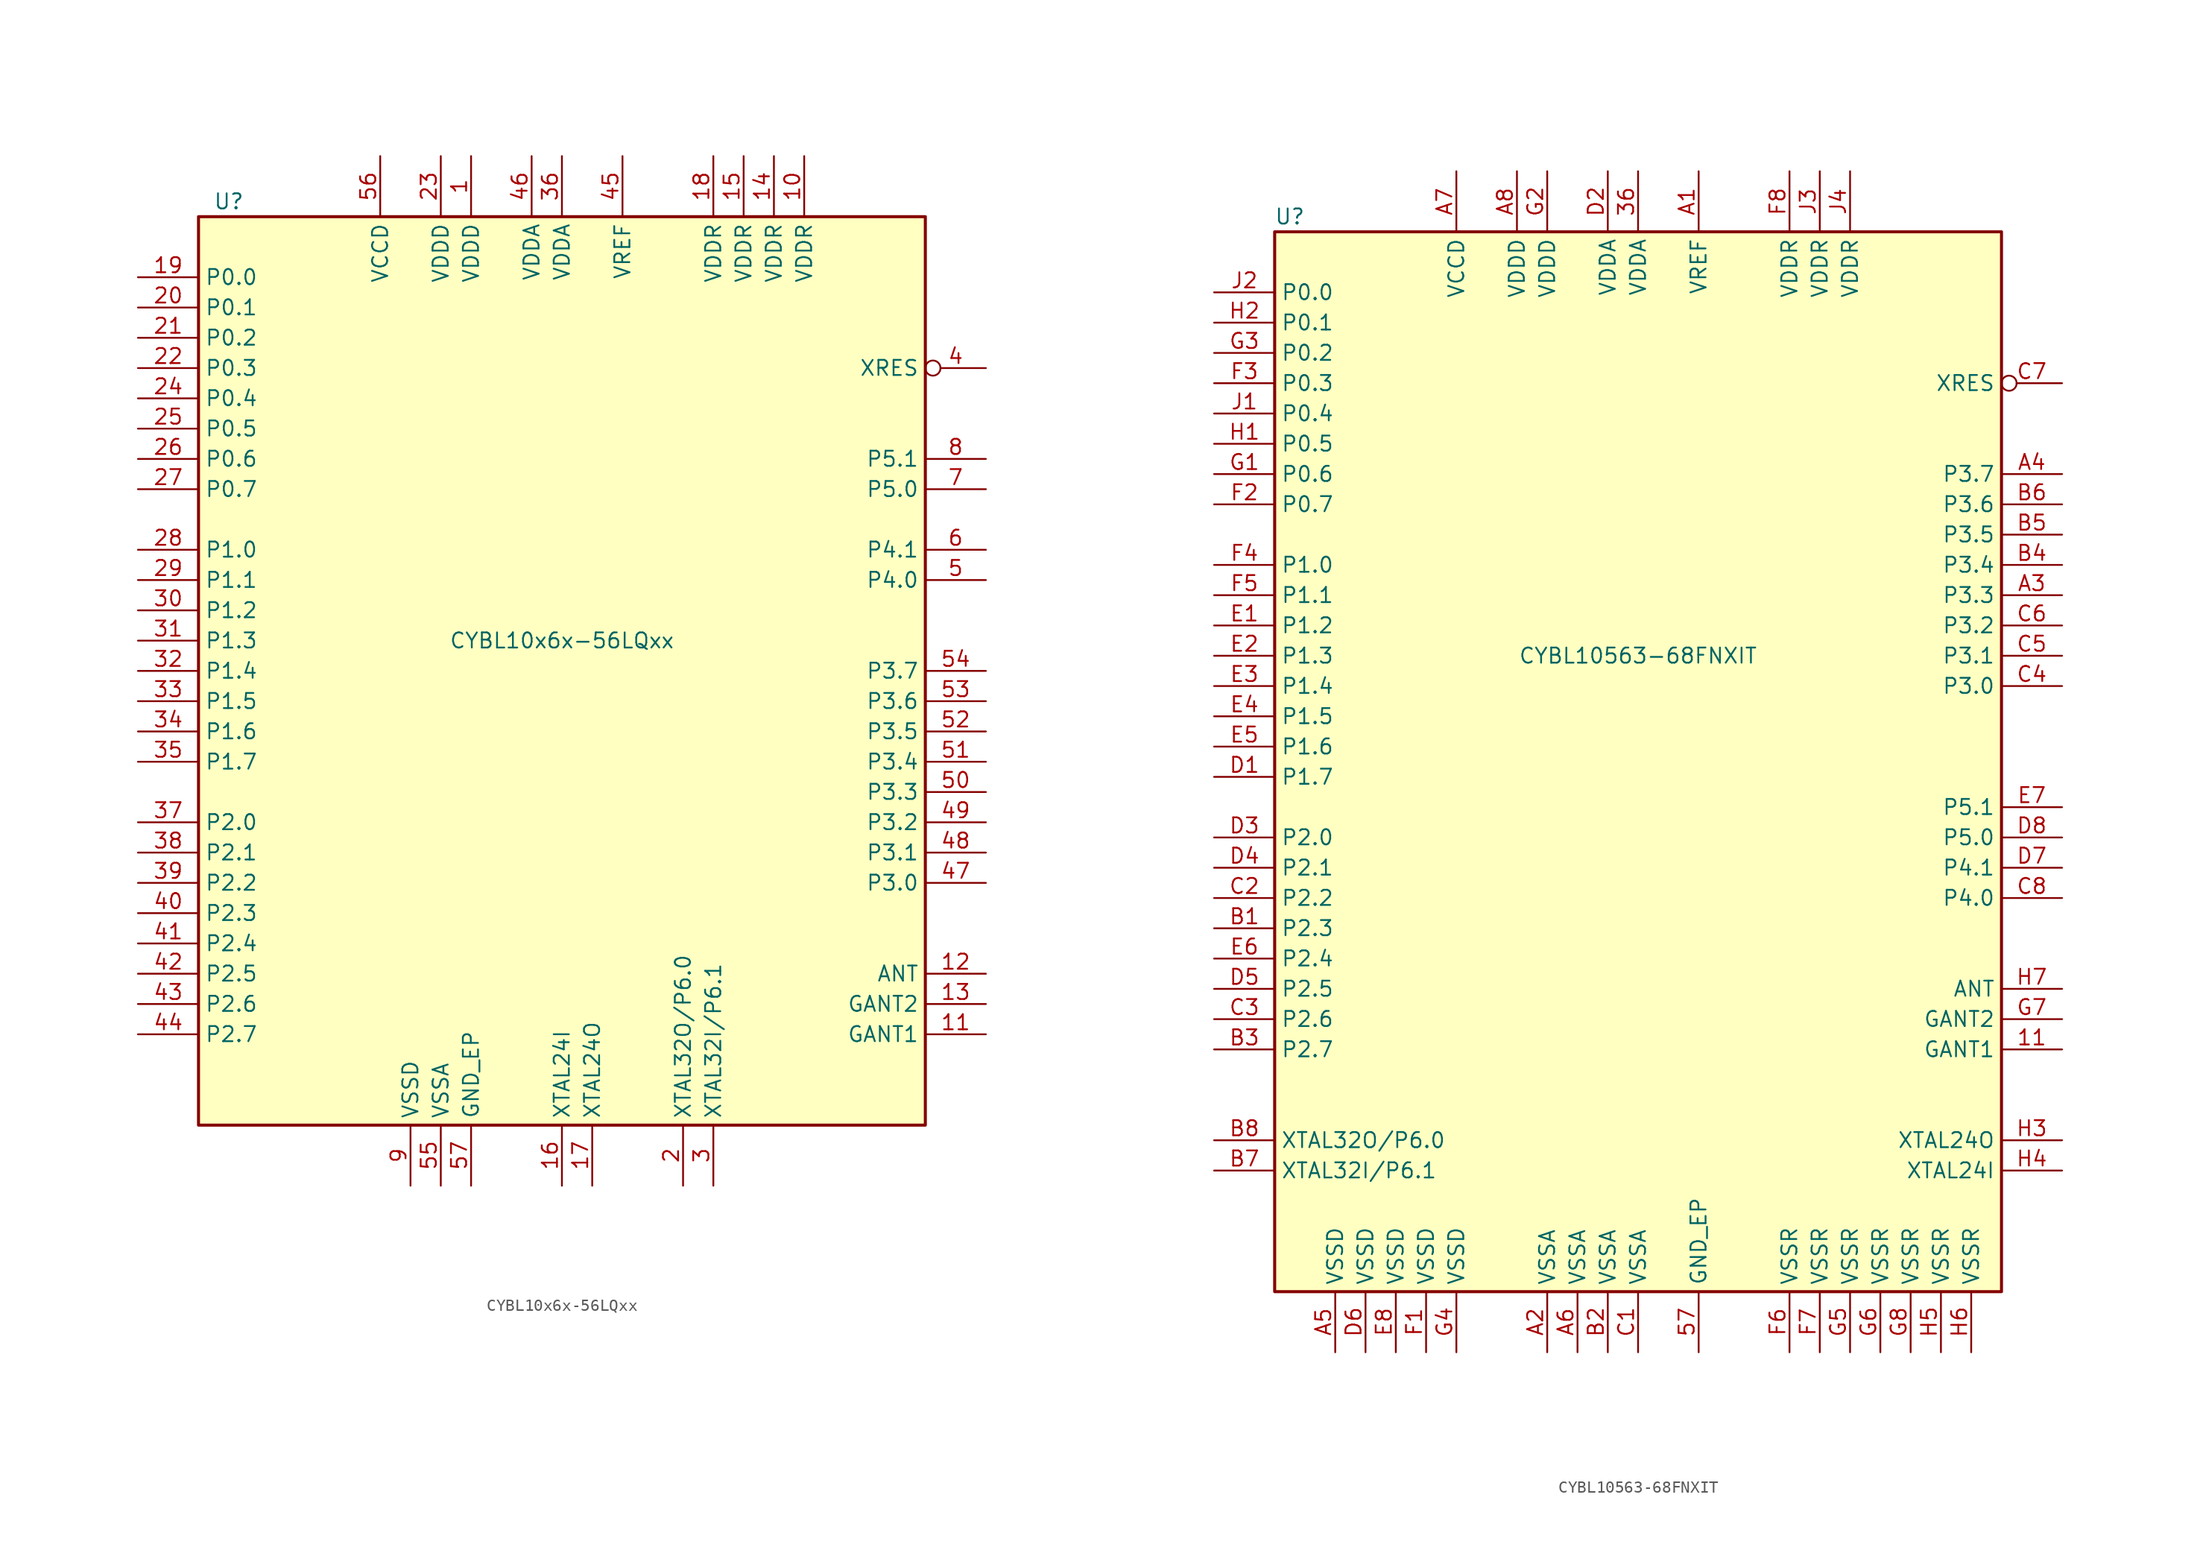
<source format=kicad_sym>
(kicad_symbol_lib
  (version 20201005)
  (generator kicad_symbol_editor)
  (symbol "MCU_Cypress:CYBL10x6x-56LQxx"
    (property "Reference" "U"
      (at -27.94 39.37 0)
      (effects (font (size 1.27 1.27))))
    (property "Value" "CYBL10x6x-56LQxx"
      (at 0 2.54 0)
      (effects (font (size 1.27 1.27))))
    (symbol "CYBL10x6x-56LQxx_1_0"
      (rectangle (start -30.48 -38.1) (end 30.48 38.1) (stroke (width 0.254)) (fill (type background))))
    (symbol "CYBL10x6x-56LQxx_1_1"
      (pin power_in line (at -7.62 43.18 270) (length 5.08) (name "VDDD" (effects (font (size 1.27 1.27)))) (number "1" (effects (font (size 1.27 1.27)))))
      (pin power_in line (at 20.32 43.18 270) (length 5.08) (name "VDDR" (effects (font (size 1.27 1.27)))) (number "10" (effects (font (size 1.27 1.27)))))
      (pin power_in line (at 35.56 -30.48 180) (length 5.08) (name "GANT1" (effects (font (size 1.27 1.27)))) (number "11" (effects (font (size 1.27 1.27)))))
      (pin output line (at 35.56 -25.4 180) (length 5.08) (name "ANT" (effects (font (size 1.27 1.27)))) (number "12" (effects (font (size 1.27 1.27)))))
      (pin power_in line (at 35.56 -27.94 180) (length 5.08) (name "GANT2" (effects (font (size 1.27 1.27)))) (number "13" (effects (font (size 1.27 1.27)))))
      (pin power_in line (at 17.78 43.18 270) (length 5.08) (name "VDDR" (effects (font (size 1.27 1.27)))) (number "14" (effects (font (size 1.27 1.27)))))
      (pin power_in line (at 15.24 43.18 270) (length 5.08) (name "VDDR" (effects (font (size 1.27 1.27)))) (number "15" (effects (font (size 1.27 1.27)))))
      (pin input line (at 0 -43.18 90) (length 5.08) (name "XTAL24I" (effects (font (size 1.27 1.27)))) (number "16" (effects (font (size 1.27 1.27)))))
      (pin output line (at 2.54 -43.18 90) (length 5.08) (name "XTAL24O" (effects (font (size 1.27 1.27)))) (number "17" (effects (font (size 1.27 1.27)))))
      (pin power_in line (at 12.7 43.18 270) (length 5.08) (name "VDDR" (effects (font (size 1.27 1.27)))) (number "18" (effects (font (size 1.27 1.27)))))
      (pin bidirectional line (at -35.56 33.02 0) (length 5.08) (name "P0.0" (effects (font (size 1.27 1.27)))) (number "19" (effects (font (size 1.27 1.27)))))
      (pin bidirectional line (at 10.16 -43.18 90) (length 5.08) (name "XTAL32O/P6.0" (effects (font (size 1.27 1.27)))) (number "2" (effects (font (size 1.27 1.27)))))
      (pin bidirectional line (at -35.56 30.48 0) (length 5.08) (name "P0.1" (effects (font (size 1.27 1.27)))) (number "20" (effects (font (size 1.27 1.27)))))
      (pin bidirectional line (at -35.56 27.94 0) (length 5.08) (name "P0.2" (effects (font (size 1.27 1.27)))) (number "21" (effects (font (size 1.27 1.27)))))
      (pin bidirectional line (at -35.56 25.4 0) (length 5.08) (name "P0.3" (effects (font (size 1.27 1.27)))) (number "22" (effects (font (size 1.27 1.27)))))
      (pin power_in line (at -10.16 43.18 270) (length 5.08) (name "VDDD" (effects (font (size 1.27 1.27)))) (number "23" (effects (font (size 1.27 1.27)))))
      (pin bidirectional line (at -35.56 22.86 0) (length 5.08) (name "P0.4" (effects (font (size 1.27 1.27)))) (number "24" (effects (font (size 1.27 1.27)))))
      (pin bidirectional line (at -35.56 20.32 0) (length 5.08) (name "P0.5" (effects (font (size 1.27 1.27)))) (number "25" (effects (font (size 1.27 1.27)))))
      (pin bidirectional line (at -35.56 17.78 0) (length 5.08) (name "P0.6" (effects (font (size 1.27 1.27)))) (number "26" (effects (font (size 1.27 1.27)))))
      (pin bidirectional line (at -35.56 15.24 0) (length 5.08) (name "P0.7" (effects (font (size 1.27 1.27)))) (number "27" (effects (font (size 1.27 1.27)))))
      (pin bidirectional line (at -35.56 10.16 0) (length 5.08) (name "P1.0" (effects (font (size 1.27 1.27)))) (number "28" (effects (font (size 1.27 1.27)))))
      (pin bidirectional line (at -35.56 7.62 0) (length 5.08) (name "P1.1" (effects (font (size 1.27 1.27)))) (number "29" (effects (font (size 1.27 1.27)))))
      (pin bidirectional line (at 12.7 -43.18 90) (length 5.08) (name "XTAL32I/P6.1" (effects (font (size 1.27 1.27)))) (number "3" (effects (font (size 1.27 1.27)))))
      (pin bidirectional line (at -35.56 5.08 0) (length 5.08) (name "P1.2" (effects (font (size 1.27 1.27)))) (number "30" (effects (font (size 1.27 1.27)))))
      (pin bidirectional line (at -35.56 2.54 0) (length 5.08) (name "P1.3" (effects (font (size 1.27 1.27)))) (number "31" (effects (font (size 1.27 1.27)))))
      (pin bidirectional line (at -35.56 0 0) (length 5.08) (name "P1.4" (effects (font (size 1.27 1.27)))) (number "32" (effects (font (size 1.27 1.27)))))
      (pin bidirectional line (at -35.56 -2.54 0) (length 5.08) (name "P1.5" (effects (font (size 1.27 1.27)))) (number "33" (effects (font (size 1.27 1.27)))))
      (pin bidirectional line (at -35.56 -5.08 0) (length 5.08) (name "P1.6" (effects (font (size 1.27 1.27)))) (number "34" (effects (font (size 1.27 1.27)))))
      (pin bidirectional line (at -35.56 -7.62 0) (length 5.08) (name "P1.7" (effects (font (size 1.27 1.27)))) (number "35" (effects (font (size 1.27 1.27)))))
      (pin power_in line (at 0 43.18 270) (length 5.08) (name "VDDA" (effects (font (size 1.27 1.27)))) (number "36" (effects (font (size 1.27 1.27)))))
      (pin bidirectional line (at -35.56 -12.7 0) (length 5.08) (name "P2.0" (effects (font (size 1.27 1.27)))) (number "37" (effects (font (size 1.27 1.27)))))
      (pin bidirectional line (at -35.56 -15.24 0) (length 5.08) (name "P2.1" (effects (font (size 1.27 1.27)))) (number "38" (effects (font (size 1.27 1.27)))))
      (pin bidirectional line (at -35.56 -17.78 0) (length 5.08) (name "P2.2" (effects (font (size 1.27 1.27)))) (number "39" (effects (font (size 1.27 1.27)))))
      (pin input inverted (at 35.56 25.4 180) (length 5.08) (name "XRES" (effects (font (size 1.27 1.27)))) (number "4" (effects (font (size 1.27 1.27)))))
      (pin bidirectional line (at -35.56 -20.32 0) (length 5.08) (name "P2.3" (effects (font (size 1.27 1.27)))) (number "40" (effects (font (size 1.27 1.27)))))
      (pin bidirectional line (at -35.56 -22.86 0) (length 5.08) (name "P2.4" (effects (font (size 1.27 1.27)))) (number "41" (effects (font (size 1.27 1.27)))))
      (pin bidirectional line (at -35.56 -25.4 0) (length 5.08) (name "P2.5" (effects (font (size 1.27 1.27)))) (number "42" (effects (font (size 1.27 1.27)))))
      (pin bidirectional line (at -35.56 -27.94 0) (length 5.08) (name "P2.6" (effects (font (size 1.27 1.27)))) (number "43" (effects (font (size 1.27 1.27)))))
      (pin bidirectional line (at -35.56 -30.48 0) (length 5.08) (name "P2.7" (effects (font (size 1.27 1.27)))) (number "44" (effects (font (size 1.27 1.27)))))
      (pin passive line (at 5.08 43.18 270) (length 5.08) (name "VREF" (effects (font (size 1.27 1.27)))) (number "45" (effects (font (size 1.27 1.27)))))
      (pin power_in line (at -2.54 43.18 270) (length 5.08) (name "VDDA" (effects (font (size 1.27 1.27)))) (number "46" (effects (font (size 1.27 1.27)))))
      (pin bidirectional line (at 35.56 -17.78 180) (length 5.08) (name "P3.0" (effects (font (size 1.27 1.27)))) (number "47" (effects (font (size 1.27 1.27)))))
      (pin bidirectional line (at 35.56 -15.24 180) (length 5.08) (name "P3.1" (effects (font (size 1.27 1.27)))) (number "48" (effects (font (size 1.27 1.27)))))
      (pin bidirectional line (at 35.56 -12.7 180) (length 5.08) (name "P3.2" (effects (font (size 1.27 1.27)))) (number "49" (effects (font (size 1.27 1.27)))))
      (pin bidirectional line (at 35.56 7.62 180) (length 5.08) (name "P4.0" (effects (font (size 1.27 1.27)))) (number "5" (effects (font (size 1.27 1.27)))))
      (pin bidirectional line (at 35.56 -10.16 180) (length 5.08) (name "P3.3" (effects (font (size 1.27 1.27)))) (number "50" (effects (font (size 1.27 1.27)))))
      (pin bidirectional line (at 35.56 -7.62 180) (length 5.08) (name "P3.4" (effects (font (size 1.27 1.27)))) (number "51" (effects (font (size 1.27 1.27)))))
      (pin bidirectional line (at 35.56 -5.08 180) (length 5.08) (name "P3.5" (effects (font (size 1.27 1.27)))) (number "52" (effects (font (size 1.27 1.27)))))
      (pin bidirectional line (at 35.56 -2.54 180) (length 5.08) (name "P3.6" (effects (font (size 1.27 1.27)))) (number "53" (effects (font (size 1.27 1.27)))))
      (pin bidirectional line (at 35.56 0 180) (length 5.08) (name "P3.7" (effects (font (size 1.27 1.27)))) (number "54" (effects (font (size 1.27 1.27)))))
      (pin power_in line (at -10.16 -43.18 90) (length 5.08) (name "VSSA" (effects (font (size 1.27 1.27)))) (number "55" (effects (font (size 1.27 1.27)))))
      (pin power_out line (at -15.24 43.18 270) (length 5.08) (name "VCCD" (effects (font (size 1.27 1.27)))) (number "56" (effects (font (size 1.27 1.27)))))
      (pin power_in line (at -7.62 -43.18 90) (length 5.08) (name "GND_EP" (effects (font (size 1.27 1.27)))) (number "57" (effects (font (size 1.27 1.27)))))
      (pin bidirectional line (at 35.56 10.16 180) (length 5.08) (name "P4.1" (effects (font (size 1.27 1.27)))) (number "6" (effects (font (size 1.27 1.27)))))
      (pin bidirectional line (at 35.56 15.24 180) (length 5.08) (name "P5.0" (effects (font (size 1.27 1.27)))) (number "7" (effects (font (size 1.27 1.27)))))
      (pin bidirectional line (at 35.56 17.78 180) (length 5.08) (name "P5.1" (effects (font (size 1.27 1.27)))) (number "8" (effects (font (size 1.27 1.27)))))
      (pin power_in line (at -12.7 -43.18 90) (length 5.08) (name "VSSD" (effects (font (size 1.27 1.27)))) (number "9" (effects (font (size 1.27 1.27)))))))
  (symbol "MCU_Cypress:CYBL10563-68FNXIT"
    (property "Reference" "U"
      (at -29.21 39.37 0)
      (effects (font (size 1.27 1.27))))
    (property "Value" "CYBL10563-68FNXIT"
      (at 0 2.54 0)
      (effects (font (size 1.27 1.27))))
    (symbol "CYBL10563-68FNXIT_1_0"
      (rectangle (start -30.48 -50.8) (end 30.48 38.1) (stroke (width 0.254)) (fill (type background))))
    (symbol "CYBL10563-68FNXIT_1_1"
      (pin power_in line (at 35.56 -30.48 180) (length 5.08) (name "GANT1" (effects (font (size 1.27 1.27)))) (number "11" (effects (font (size 1.27 1.27)))))
      (pin power_in line (at 0 43.18 270) (length 5.08) (name "VDDA" (effects (font (size 1.27 1.27)))) (number "36" (effects (font (size 1.27 1.27)))))
      (pin power_in line (at 5.08 -55.88 90) (length 5.08) (name "GND_EP" (effects (font (size 1.27 1.27)))) (number "57" (effects (font (size 1.27 1.27)))))
      (pin passive line (at 5.08 43.18 270) (length 5.08) (name "VREF" (effects (font (size 1.27 1.27)))) (number "A1" (effects (font (size 1.27 1.27)))))
      (pin power_in line (at -7.62 -55.88 90) (length 5.08) (name "VSSA" (effects (font (size 1.27 1.27)))) (number "A2" (effects (font (size 1.27 1.27)))))
      (pin bidirectional line (at 35.56 7.62 180) (length 5.08) (name "P3.3" (effects (font (size 1.27 1.27)))) (number "A3" (effects (font (size 1.27 1.27)))))
      (pin bidirectional line (at 35.56 17.78 180) (length 5.08) (name "P3.7" (effects (font (size 1.27 1.27)))) (number "A4" (effects (font (size 1.27 1.27)))))
      (pin power_in line (at -25.4 -55.88 90) (length 5.08) (name "VSSD" (effects (font (size 1.27 1.27)))) (number "A5" (effects (font (size 1.27 1.27)))))
      (pin power_in line (at -5.08 -55.88 90) (length 5.08) (name "VSSA" (effects (font (size 1.27 1.27)))) (number "A6" (effects (font (size 1.27 1.27)))))
      (pin power_out line (at -15.24 43.18 270) (length 5.08) (name "VCCD" (effects (font (size 1.27 1.27)))) (number "A7" (effects (font (size 1.27 1.27)))))
      (pin power_in line (at -10.16 43.18 270) (length 5.08) (name "VDDD" (effects (font (size 1.27 1.27)))) (number "A8" (effects (font (size 1.27 1.27)))))
      (pin bidirectional line (at -35.56 -20.32 0) (length 5.08) (name "P2.3" (effects (font (size 1.27 1.27)))) (number "B1" (effects (font (size 1.27 1.27)))))
      (pin bidirectional line (at -2.54 -55.88 90) (length 5.08) (name "VSSA" (effects (font (size 1.27 1.27)))) (number "B2" (effects (font (size 1.27 1.27)))))
      (pin bidirectional line (at -35.56 -30.48 0) (length 5.08) (name "P2.7" (effects (font (size 1.27 1.27)))) (number "B3" (effects (font (size 1.27 1.27)))))
      (pin bidirectional line (at 35.56 10.16 180) (length 5.08) (name "P3.4" (effects (font (size 1.27 1.27)))) (number "B4" (effects (font (size 1.27 1.27)))))
      (pin bidirectional line (at 35.56 12.7 180) (length 5.08) (name "P3.5" (effects (font (size 1.27 1.27)))) (number "B5" (effects (font (size 1.27 1.27)))))
      (pin bidirectional line (at 35.56 15.24 180) (length 5.08) (name "P3.6" (effects (font (size 1.27 1.27)))) (number "B6" (effects (font (size 1.27 1.27)))))
      (pin bidirectional line (at -35.56 -40.64 0) (length 5.08) (name "XTAL32I/P6.1" (effects (font (size 1.27 1.27)))) (number "B7" (effects (font (size 1.27 1.27)))))
      (pin bidirectional line (at -35.56 -38.1 0) (length 5.08) (name "XTAL32O/P6.0" (effects (font (size 1.27 1.27)))) (number "B8" (effects (font (size 1.27 1.27)))))
      (pin power_in line (at 0 -55.88 90) (length 5.08) (name "VSSA" (effects (font (size 1.27 1.27)))) (number "C1" (effects (font (size 1.27 1.27)))))
      (pin bidirectional line (at -35.56 -17.78 0) (length 5.08) (name "P2.2" (effects (font (size 1.27 1.27)))) (number "C2" (effects (font (size 1.27 1.27)))))
      (pin bidirectional line (at -35.56 -27.94 0) (length 5.08) (name "P2.6" (effects (font (size 1.27 1.27)))) (number "C3" (effects (font (size 1.27 1.27)))))
      (pin bidirectional line (at 35.56 0 180) (length 5.08) (name "P3.0" (effects (font (size 1.27 1.27)))) (number "C4" (effects (font (size 1.27 1.27)))))
      (pin bidirectional line (at 35.56 2.54 180) (length 5.08) (name "P3.1" (effects (font (size 1.27 1.27)))) (number "C5" (effects (font (size 1.27 1.27)))))
      (pin bidirectional line (at 35.56 5.08 180) (length 5.08) (name "P3.2" (effects (font (size 1.27 1.27)))) (number "C6" (effects (font (size 1.27 1.27)))))
      (pin input inverted (at 35.56 25.4 180) (length 5.08) (name "XRES" (effects (font (size 1.27 1.27)))) (number "C7" (effects (font (size 1.27 1.27)))))
      (pin bidirectional line (at 35.56 -17.78 180) (length 5.08) (name "P4.0" (effects (font (size 1.27 1.27)))) (number "C8" (effects (font (size 1.27 1.27)))))
      (pin bidirectional line (at -35.56 -7.62 0) (length 5.08) (name "P1.7" (effects (font (size 1.27 1.27)))) (number "D1" (effects (font (size 1.27 1.27)))))
      (pin power_in line (at -2.54 43.18 270) (length 5.08) (name "VDDA" (effects (font (size 1.27 1.27)))) (number "D2" (effects (font (size 1.27 1.27)))))
      (pin bidirectional line (at -35.56 -12.7 0) (length 5.08) (name "P2.0" (effects (font (size 1.27 1.27)))) (number "D3" (effects (font (size 1.27 1.27)))))
      (pin bidirectional line (at -35.56 -15.24 0) (length 5.08) (name "P2.1" (effects (font (size 1.27 1.27)))) (number "D4" (effects (font (size 1.27 1.27)))))
      (pin bidirectional line (at -35.56 -25.4 0) (length 5.08) (name "P2.5" (effects (font (size 1.27 1.27)))) (number "D5" (effects (font (size 1.27 1.27)))))
      (pin power_in line (at -22.86 -55.88 90) (length 5.08) (name "VSSD" (effects (font (size 1.27 1.27)))) (number "D6" (effects (font (size 1.27 1.27)))))
      (pin bidirectional line (at 35.56 -15.24 180) (length 5.08) (name "P4.1" (effects (font (size 1.27 1.27)))) (number "D7" (effects (font (size 1.27 1.27)))))
      (pin bidirectional line (at 35.56 -12.7 180) (length 5.08) (name "P5.0" (effects (font (size 1.27 1.27)))) (number "D8" (effects (font (size 1.27 1.27)))))
      (pin bidirectional line (at -35.56 5.08 0) (length 5.08) (name "P1.2" (effects (font (size 1.27 1.27)))) (number "E1" (effects (font (size 1.27 1.27)))))
      (pin bidirectional line (at -35.56 2.54 0) (length 5.08) (name "P1.3" (effects (font (size 1.27 1.27)))) (number "E2" (effects (font (size 1.27 1.27)))))
      (pin bidirectional line (at -35.56 0 0) (length 5.08) (name "P1.4" (effects (font (size 1.27 1.27)))) (number "E3" (effects (font (size 1.27 1.27)))))
      (pin bidirectional line (at -35.56 -2.54 0) (length 5.08) (name "P1.5" (effects (font (size 1.27 1.27)))) (number "E4" (effects (font (size 1.27 1.27)))))
      (pin bidirectional line (at -35.56 -5.08 0) (length 5.08) (name "P1.6" (effects (font (size 1.27 1.27)))) (number "E5" (effects (font (size 1.27 1.27)))))
      (pin bidirectional line (at -35.56 -22.86 0) (length 5.08) (name "P2.4" (effects (font (size 1.27 1.27)))) (number "E6" (effects (font (size 1.27 1.27)))))
      (pin bidirectional line (at 35.56 -10.16 180) (length 5.08) (name "P5.1" (effects (font (size 1.27 1.27)))) (number "E7" (effects (font (size 1.27 1.27)))))
      (pin power_in line (at -20.32 -55.88 90) (length 5.08) (name "VSSD" (effects (font (size 1.27 1.27)))) (number "E8" (effects (font (size 1.27 1.27)))))
      (pin power_in line (at -17.78 -55.88 90) (length 5.08) (name "VSSD" (effects (font (size 1.27 1.27)))) (number "F1" (effects (font (size 1.27 1.27)))))
      (pin bidirectional line (at -35.56 15.24 0) (length 5.08) (name "P0.7" (effects (font (size 1.27 1.27)))) (number "F2" (effects (font (size 1.27 1.27)))))
      (pin bidirectional line (at -35.56 25.4 0) (length 5.08) (name "P0.3" (effects (font (size 1.27 1.27)))) (number "F3" (effects (font (size 1.27 1.27)))))
      (pin bidirectional line (at -35.56 10.16 0) (length 5.08) (name "P1.0" (effects (font (size 1.27 1.27)))) (number "F4" (effects (font (size 1.27 1.27)))))
      (pin bidirectional line (at -35.56 7.62 0) (length 5.08) (name "P1.1" (effects (font (size 1.27 1.27)))) (number "F5" (effects (font (size 1.27 1.27)))))
      (pin power_in line (at 12.7 -55.88 90) (length 5.08) (name "VSSR" (effects (font (size 1.27 1.27)))) (number "F6" (effects (font (size 1.27 1.27)))))
      (pin power_in line (at 15.24 -55.88 90) (length 5.08) (name "VSSR" (effects (font (size 1.27 1.27)))) (number "F7" (effects (font (size 1.27 1.27)))))
      (pin power_in line (at 12.7 43.18 270) (length 5.08) (name "VDDR" (effects (font (size 1.27 1.27)))) (number "F8" (effects (font (size 1.27 1.27)))))
      (pin bidirectional line (at -35.56 17.78 0) (length 5.08) (name "P0.6" (effects (font (size 1.27 1.27)))) (number "G1" (effects (font (size 1.27 1.27)))))
      (pin power_in line (at -7.62 43.18 270) (length 5.08) (name "VDDD" (effects (font (size 1.27 1.27)))) (number "G2" (effects (font (size 1.27 1.27)))))
      (pin bidirectional line (at -35.56 27.94 0) (length 5.08) (name "P0.2" (effects (font (size 1.27 1.27)))) (number "G3" (effects (font (size 1.27 1.27)))))
      (pin power_in line (at -15.24 -55.88 90) (length 5.08) (name "VSSD" (effects (font (size 1.27 1.27)))) (number "G4" (effects (font (size 1.27 1.27)))))
      (pin power_in line (at 17.78 -55.88 90) (length 5.08) (name "VSSR" (effects (font (size 1.27 1.27)))) (number "G5" (effects (font (size 1.27 1.27)))))
      (pin power_in line (at 20.32 -55.88 90) (length 5.08) (name "VSSR" (effects (font (size 1.27 1.27)))) (number "G6" (effects (font (size 1.27 1.27)))))
      (pin power_in line (at 35.56 -27.94 180) (length 5.08) (name "GANT2" (effects (font (size 1.27 1.27)))) (number "G7" (effects (font (size 1.27 1.27)))))
      (pin power_in line (at 22.86 -55.88 90) (length 5.08) (name "VSSR" (effects (font (size 1.27 1.27)))) (number "G8" (effects (font (size 1.27 1.27)))))
      (pin bidirectional line (at -35.56 20.32 0) (length 5.08) (name "P0.5" (effects (font (size 1.27 1.27)))) (number "H1" (effects (font (size 1.27 1.27)))))
      (pin bidirectional line (at -35.56 30.48 0) (length 5.08) (name "P0.1" (effects (font (size 1.27 1.27)))) (number "H2" (effects (font (size 1.27 1.27)))))
      (pin output line (at 35.56 -38.1 180) (length 5.08) (name "XTAL24O" (effects (font (size 1.27 1.27)))) (number "H3" (effects (font (size 1.27 1.27)))))
      (pin input line (at 35.56 -40.64 180) (length 5.08) (name "XTAL24I" (effects (font (size 1.27 1.27)))) (number "H4" (effects (font (size 1.27 1.27)))))
      (pin power_in line (at 25.4 -55.88 90) (length 5.08) (name "VSSR" (effects (font (size 1.27 1.27)))) (number "H5" (effects (font (size 1.27 1.27)))))
      (pin power_in line (at 27.94 -55.88 90) (length 5.08) (name "VSSR" (effects (font (size 1.27 1.27)))) (number "H6" (effects (font (size 1.27 1.27)))))
      (pin output line (at 35.56 -25.4 180) (length 5.08) (name "ANT" (effects (font (size 1.27 1.27)))) (number "H7" (effects (font (size 1.27 1.27)))))
      (pin bidirectional line (at -35.56 22.86 0) (length 5.08) (name "P0.4" (effects (font (size 1.27 1.27)))) (number "J1" (effects (font (size 1.27 1.27)))))
      (pin bidirectional line (at -35.56 33.02 0) (length 5.08) (name "P0.0" (effects (font (size 1.27 1.27)))) (number "J2" (effects (font (size 1.27 1.27)))))
      (pin power_in line (at 15.24 43.18 270) (length 5.08) (name "VDDR" (effects (font (size 1.27 1.27)))) (number "J3" (effects (font (size 1.27 1.27)))))
      (pin power_in line (at 17.78 43.18 270) (length 5.08) (name "VDDR" (effects (font (size 1.27 1.27)))) (number "J4" (effects (font (size 1.27 1.27)))))
      (pin no_connect line (at 30.48 30.48 180) (length 2.54) hide (name "NC" (effects (font (size 1.27 1.27)))) (number "J7" (effects (font (size 1.27 1.27))))))))
</source>
